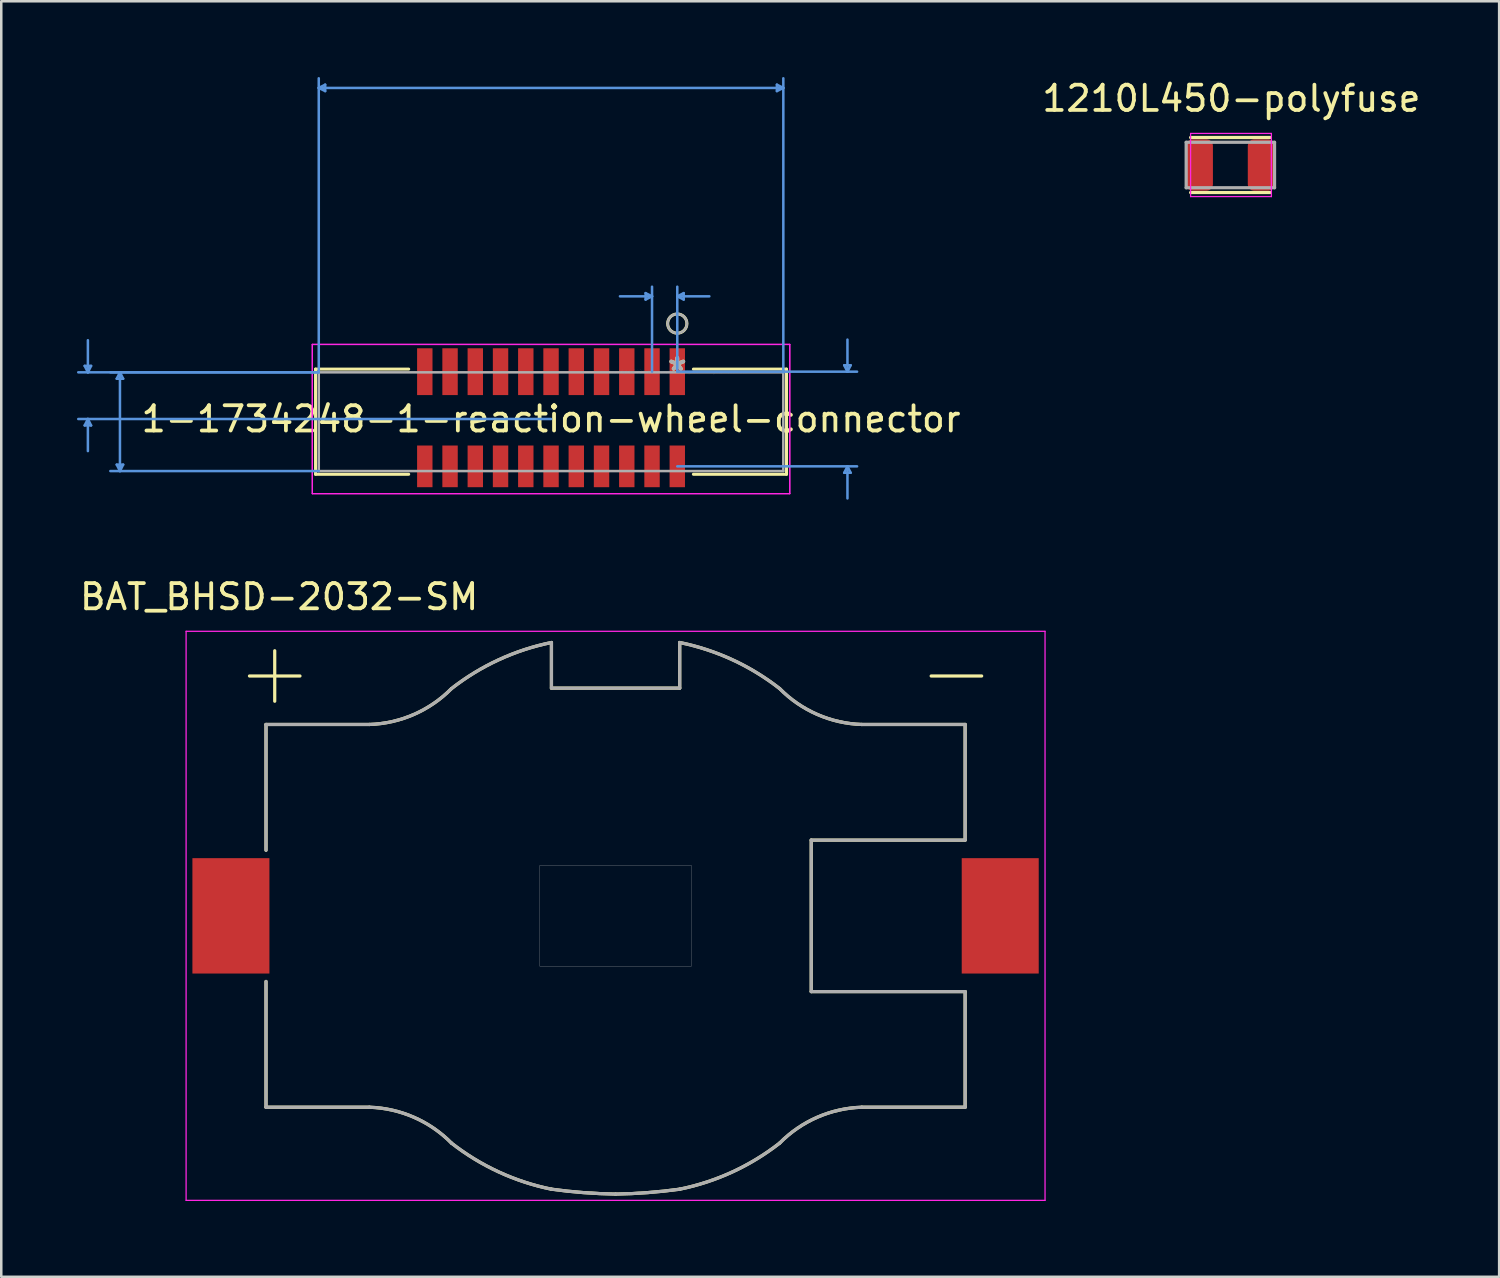
<source format=kicad_pcb>
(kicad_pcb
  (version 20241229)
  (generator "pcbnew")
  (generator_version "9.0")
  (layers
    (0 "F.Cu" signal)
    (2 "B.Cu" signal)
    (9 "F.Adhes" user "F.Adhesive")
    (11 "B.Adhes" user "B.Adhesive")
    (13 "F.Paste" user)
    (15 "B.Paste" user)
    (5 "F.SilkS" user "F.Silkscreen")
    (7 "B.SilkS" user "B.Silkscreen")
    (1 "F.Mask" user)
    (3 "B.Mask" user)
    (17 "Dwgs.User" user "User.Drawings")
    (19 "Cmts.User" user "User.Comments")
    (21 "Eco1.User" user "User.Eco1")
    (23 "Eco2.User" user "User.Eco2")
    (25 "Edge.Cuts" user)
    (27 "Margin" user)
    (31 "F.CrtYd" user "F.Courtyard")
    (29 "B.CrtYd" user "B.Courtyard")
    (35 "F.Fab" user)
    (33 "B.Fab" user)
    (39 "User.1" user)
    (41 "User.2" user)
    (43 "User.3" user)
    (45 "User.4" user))
  (footprint "1-1734248-1-reaction-wheel-connector"
    (layer "F.Cu")
    (at 23.775 11.671)
    (property "Reference" "1-1734248-1-reaction-wheel-connector" (at -5 1.875 0) (layer "F.SilkS") (effects (font (size 1 1) (thickness 0.15))))
    (attr through_hole)
    (fp_line (start -14.327 -0.102) (end -14.327 4.063) (stroke (width 0.12) (type solid)) (layer "F.SilkS"))
    (fp_line (start -14.327 4.063) (end -10.638 4.063) (stroke (width 0.12) (type solid)) (layer "F.SilkS"))
    (fp_line (start -10.638 -0.102) (end -14.327 -0.102) (stroke (width 0.12) (type solid)) (layer "F.SilkS"))
    (fp_line (start 0.638 4.063) (end 4.327 4.063) (stroke (width 0.12) (type solid)) (layer "F.SilkS"))
    (fp_line (start 4.327 -0.102) (end 0.638 -0.102) (stroke (width 0.12) (type solid)) (layer "F.SilkS"))
    (fp_line (start 4.327 4.063) (end 4.327 -0.102) (stroke (width 0.12) (type solid)) (layer "F.SilkS"))
    (fp_circle (center 0 -1.905) (end 0.381 -1.905) (stroke (width 0.12) (type solid)) (fill no) (layer "F.SilkS"))
    (fp_line (start -23.471 -0.229) (end -23.217 -0.229) (stroke (width 0.1) (type solid)) (layer "Cmts.User"))
    (fp_line (start -23.471 2.129) (end -23.217 2.129) (stroke (width 0.1) (type solid)) (layer "Cmts.User"))
    (fp_line (start -23.344 0.025) (end -23.471 -0.229) (stroke (width 0.1) (type solid)) (layer "Cmts.User"))
    (fp_line (start -23.344 0.025) (end -23.344 -1.245) (stroke (width 0.1) (type solid)) (layer "Cmts.User"))
    (fp_line (start -23.344 0.025) (end -23.217 -0.229) (stroke (width 0.1) (type solid)) (layer "Cmts.User"))
    (fp_line (start -23.344 1.875) (end -23.471 2.129) (stroke (width 0.1) (type solid)) (layer "Cmts.User"))
    (fp_line (start -23.344 1.875) (end -23.344 3.145) (stroke (width 0.1) (type solid)) (layer "Cmts.User"))
    (fp_line (start -23.344 1.875) (end -23.217 2.129) (stroke (width 0.1) (type solid)) (layer "Cmts.User"))
    (fp_line (start -22.201 0.279) (end -21.947 0.279) (stroke (width 0.1) (type solid)) (layer "Cmts.User"))
    (fp_line (start -22.201 3.682) (end -21.947 3.682) (stroke (width 0.1) (type solid)) (layer "Cmts.User"))
    (fp_line (start -22.074 0.025) (end -22.201 0.279) (stroke (width 0.1) (type solid)) (layer "Cmts.User"))
    (fp_line (start -22.074 0.025) (end -22.074 3.936) (stroke (width 0.1) (type solid)) (layer "Cmts.User"))
    (fp_line (start -22.074 0.025) (end -21.947 0.279) (stroke (width 0.1) (type solid)) (layer "Cmts.User"))
    (fp_line (start -22.074 3.936) (end -22.201 3.682) (stroke (width 0.1) (type solid)) (layer "Cmts.User"))
    (fp_line (start -22.074 3.936) (end -21.947 3.682) (stroke (width 0.1) (type solid)) (layer "Cmts.User"))
    (fp_line (start -14.2 -11.239) (end -13.946 -11.367) (stroke (width 0.1) (type solid)) (layer "Cmts.User"))
    (fp_line (start -14.2 -11.239) (end -13.946 -11.113) (stroke (width 0.1) (type solid)) (layer "Cmts.User"))
    (fp_line (start -14.2 -11.239) (end 4.2 -11.239) (stroke (width 0.1) (type solid)) (layer "Cmts.User"))
    (fp_line (start -14.2 0.025) (end -23.725 0.025) (stroke (width 0.1) (type solid)) (layer "Cmts.User"))
    (fp_line (start -14.2 0.025) (end -22.455 0.025) (stroke (width 0.1) (type solid)) (layer "Cmts.User"))
    (fp_line (start -14.2 0.025) (end -14.2 -11.62) (stroke (width 0.1) (type solid)) (layer "Cmts.User"))
    (fp_line (start -14.2 3.936) (end -22.455 3.936) (stroke (width 0.1) (type solid)) (layer "Cmts.User"))
    (fp_line (start -13.946 -11.367) (end -13.946 -11.113) (stroke (width 0.1) (type solid)) (layer "Cmts.User"))
    (fp_line (start -5 1.875) (end -23.725 1.875) (stroke (width 0.1) (type solid)) (layer "Cmts.User"))
    (fp_line (start -1.254 -3.111) (end -1.254 -2.857) (stroke (width 0.1) (type solid)) (layer "Cmts.User"))
    (fp_line (start -1 -2.985) (end -2.27 -2.985) (stroke (width 0.1) (type solid)) (layer "Cmts.User"))
    (fp_line (start -1 -2.985) (end -1.254 -3.111) (stroke (width 0.1) (type solid)) (layer "Cmts.User"))
    (fp_line (start -1 -2.985) (end -1.254 -2.857) (stroke (width 0.1) (type solid)) (layer "Cmts.User"))
    (fp_line (start -1 0) (end -1 -3.365) (stroke (width 0.1) (type solid)) (layer "Cmts.User"))
    (fp_line (start 0 -2.985) (end 0.254 -3.111) (stroke (width 0.1) (type solid)) (layer "Cmts.User"))
    (fp_line (start 0 -2.985) (end 0.254 -2.857) (stroke (width 0.1) (type solid)) (layer "Cmts.User"))
    (fp_line (start 0 -2.985) (end 1.27 -2.985) (stroke (width 0.1) (type solid)) (layer "Cmts.User"))
    (fp_line (start 0 0) (end 0 -3.365) (stroke (width 0.1) (type solid)) (layer "Cmts.User"))
    (fp_line (start 0 0) (end 7.121 0) (stroke (width 0.1) (type solid)) (layer "Cmts.User"))
    (fp_line (start 0 3.75) (end 7.121 3.75) (stroke (width 0.1) (type solid)) (layer "Cmts.User"))
    (fp_line (start 0.254 -3.111) (end 0.254 -2.857) (stroke (width 0.1) (type solid)) (layer "Cmts.User"))
    (fp_line (start 3.946 -11.367) (end 3.946 -11.113) (stroke (width 0.1) (type solid)) (layer "Cmts.User"))
    (fp_line (start 4.2 -11.239) (end 3.946 -11.367) (stroke (width 0.1) (type solid)) (layer "Cmts.User"))
    (fp_line (start 4.2 -11.239) (end 3.946 -11.113) (stroke (width 0.1) (type solid)) (layer "Cmts.User"))
    (fp_line (start 4.2 0.025) (end 4.2 -11.62) (stroke (width 0.1) (type solid)) (layer "Cmts.User"))
    (fp_line (start 6.613 -0.254) (end 6.867 -0.254) (stroke (width 0.1) (type solid)) (layer "Cmts.User"))
    (fp_line (start 6.613 4.004) (end 6.867 4.004) (stroke (width 0.1) (type solid)) (layer "Cmts.User"))
    (fp_line (start 6.74 0) (end 6.613 -0.254) (stroke (width 0.1) (type solid)) (layer "Cmts.User"))
    (fp_line (start 6.74 0) (end 6.74 -1.27) (stroke (width 0.1) (type solid)) (layer "Cmts.User"))
    (fp_line (start 6.74 0) (end 6.867 -0.254) (stroke (width 0.1) (type solid)) (layer "Cmts.User"))
    (fp_line (start 6.74 3.75) (end 6.613 4.004) (stroke (width 0.1) (type solid)) (layer "Cmts.User"))
    (fp_line (start 6.74 3.75) (end 6.74 5.02) (stroke (width 0.1) (type solid)) (layer "Cmts.User"))
    (fp_line (start 6.74 3.75) (end 6.867 4.004) (stroke (width 0.1) (type solid)) (layer "Cmts.User"))
    (fp_line (start -14.454 -1.079) (end -14.454 4.83) (stroke (width 0.05) (type solid)) (layer "F.CrtYd"))
    (fp_line (start -14.454 -1.079) (end -14.454 4.83) (stroke (width 0.05) (type solid)) (layer "F.CrtYd"))
    (fp_line (start -14.454 4.83) (end 4.454 4.83) (stroke (width 0.05) (type solid)) (layer "F.CrtYd"))
    (fp_line (start -14.454 4.83) (end 4.454 4.83) (stroke (width 0.05) (type solid)) (layer "F.CrtYd"))
    (fp_line (start 4.454 -1.079) (end -14.454 -1.079) (stroke (width 0.05) (type solid)) (layer "F.CrtYd"))
    (fp_line (start 4.454 -1.079) (end -14.454 -1.079) (stroke (width 0.05) (type solid)) (layer "F.CrtYd"))
    (fp_line (start 4.454 4.83) (end 4.454 -1.079) (stroke (width 0.05) (type solid)) (layer "F.CrtYd"))
    (fp_line (start 4.454 4.83) (end 4.454 -1.079) (stroke (width 0.05) (type solid)) (layer "F.CrtYd"))
    (fp_line (start -14.2 0.025) (end -14.2 3.936) (stroke (width 0.1) (type solid)) (layer "F.Fab"))
    (fp_line (start -14.2 3.936) (end 4.2 3.936) (stroke (width 0.1) (type solid)) (layer "F.Fab"))
    (fp_line (start 4.2 0.025) (end -14.2 0.025) (stroke (width 0.1) (type solid)) (layer "F.Fab"))
    (fp_line (start 4.2 3.936) (end 4.2 0.025) (stroke (width 0.1) (type solid)) (layer "F.Fab"))
    (fp_circle (center 0 -1.905) (end 0.381 -1.905) (stroke (width 0.1) (type solid)) (fill no) (layer "F.Fab"))
    (fp_text user "*" (at 0 0 0) (layer "F.SilkS") (effects (font (size 1 1) (thickness 0.15))))
    (fp_text user "Copyright 2021 Accelerated Designs. All rights reserved." (at 0 0 0) (layer "Cmts.User") (effects (font (size 0.127 0.127) (thickness 0.002))))
    (fp_text user "*" (at 0 0 0) (layer "F.Fab") (effects (font (size 1 1) (thickness 0.15))))
    (pad "1" smd rect (at 0 0) (size 0.61 1.854) (layers "F.Cu" "F.Mask" "F.Paste"))
    (pad "2" smd rect (at 0 3.75) (size 0.61 1.651) (layers "F.Cu" "F.Mask" "F.Paste"))
    (pad "3" smd rect (at -1 0) (size 0.61 1.854) (layers "F.Cu" "F.Mask" "F.Paste"))
    (pad "4" smd rect (at -1 3.75) (size 0.61 1.651) (layers "F.Cu" "F.Mask" "F.Paste"))
    (pad "5" smd rect (at -2 0) (size 0.61 1.854) (layers "F.Cu" "F.Mask" "F.Paste"))
    (pad "6" smd rect (at -2 3.75) (size 0.61 1.651) (layers "F.Cu" "F.Mask" "F.Paste"))
    (pad "7" smd rect (at -3 0) (size 0.61 1.854) (layers "F.Cu" "F.Mask" "F.Paste"))
    (pad "8" smd rect (at -3 3.75) (size 0.61 1.651) (layers "F.Cu" "F.Mask" "F.Paste"))
    (pad "9" smd rect (at -4 0) (size 0.61 1.854) (layers "F.Cu" "F.Mask" "F.Paste"))
    (pad "10" smd rect (at -4 3.75) (size 0.61 1.651) (layers "F.Cu" "F.Mask" "F.Paste"))
    (pad "11" smd rect (at -5 0) (size 0.61 1.854) (layers "F.Cu" "F.Mask" "F.Paste"))
    (pad "12" smd rect (at -5 3.75) (size 0.61 1.651) (layers "F.Cu" "F.Mask" "F.Paste"))
    (pad "13" smd rect (at -6 0) (size 0.61 1.854) (layers "F.Cu" "F.Mask" "F.Paste"))
    (pad "14" smd rect (at -6 3.75) (size 0.61 1.651) (layers "F.Cu" "F.Mask" "F.Paste"))
    (pad "15" smd rect (at -7 0) (size 0.61 1.854) (layers "F.Cu" "F.Mask" "F.Paste"))
    (pad "16" smd rect (at -7 3.75) (size 0.61 1.651) (layers "F.Cu" "F.Mask" "F.Paste"))
    (pad "17" smd rect (at -8 0) (size 0.61 1.854) (layers "F.Cu" "F.Mask" "F.Paste"))
    (pad "18" smd rect (at -8 3.75) (size 0.61 1.651) (layers "F.Cu" "F.Mask" "F.Paste"))
    (pad "19" smd rect (at -9 0) (size 0.61 1.854) (layers "F.Cu" "F.Mask" "F.Paste"))
    (pad "20" smd rect (at -9 3.75) (size 0.61 1.651) (layers "F.Cu" "F.Mask" "F.Paste"))
    (pad "21" smd rect (at -10 0) (size 0.61 1.854) (layers "F.Cu" "F.Mask" "F.Paste"))
    (pad "22" smd rect (at -10 3.75) (size 0.61 1.651) (layers "F.Cu" "F.Mask" "F.Paste")))
  (footprint "1210L450-polyfuse"
    (layer "F.Cu")
    (at 45.681 3.486)
    (property "Reference" "1210L450-polyfuse" (at 0.04 -2.637 0) (layer "F.SilkS") (effects (font (size 1.001 1.001) (thickness 0.15))))
    (attr smd)
    (fp_line (start -1.575 -1.09) (end 1.575 -1.09) (stroke (width 0.127) (type solid)) (layer "F.SilkS"))
    (fp_line (start -1.575 1.09) (end 1.575 1.09) (stroke (width 0.127) (type solid)) (layer "F.SilkS"))
    (fp_line (start -1.575 -1.25) (end 1.625 -1.25) (stroke (width 0.05) (type solid)) (layer "F.CrtYd"))
    (fp_line (start -1.575 1.25) (end -1.575 -1.25) (stroke (width 0.05) (type solid)) (layer "F.CrtYd"))
    (fp_line (start 1.625 -1.25) (end 1.625 1.25) (stroke (width 0.05) (type solid)) (layer "F.CrtYd"))
    (fp_line (start 1.625 1.25) (end -1.575 1.25) (stroke (width 0.05) (type solid)) (layer "F.CrtYd"))
    (fp_line (start -1.75 -0.9) (end 1.75 -0.9) (stroke (width 0.127) (type solid)) (layer "F.Fab"))
    (fp_line (start -1.75 0.9) (end -1.75 -0.9) (stroke (width 0.127) (type solid)) (layer "F.Fab"))
    (fp_line (start 1.75 -0.9) (end 1.75 0.9) (stroke (width 0.127) (type solid)) (layer "F.Fab"))
    (fp_line (start 1.75 0.9) (end -1.75 0.9) (stroke (width 0.127) (type solid)) (layer "F.Fab"))
    (pad "1" smd roundrect (at -1.219 0) (size 1.057 2.032) (layers "F.Cu" "F.Mask" "F.Paste") (roundrect_rratio 0.23))
    (pad "2" smd roundrect (at 1.219 0) (size 1.057 2.032) (layers "F.Cu" "F.Mask" "F.Paste") (roundrect_rratio 0.23)))
  (footprint "BAT_BHSD-2032-SM"
    (layer "F.Cu")
    (at 21.331 33.224)
    (property "Reference" "BAT_BHSD-2032-SM" (at -13.325 -12.635 0) (layer "F.SilkS") (effects (font (size 1 1) (thickness 0.15))))
    (attr through_hole)
    (fp_line (start -13.845 -7.58) (end -13.845 -2.599) (stroke (width 0.127) (type solid)) (layer "F.SilkS"))
    (fp_line (start -13.845 7.58) (end -13.845 2.599) (stroke (width 0.127) (type solid)) (layer "F.SilkS"))
    (fp_line (start -13.5 -9.5) (end -14.5 -9.5) (stroke (width 0.127) (type solid)) (layer "F.SilkS"))
    (fp_line (start -13.5 -9.5) (end -13.5 -10.5) (stroke (width 0.127) (type solid)) (layer "F.SilkS"))
    (fp_line (start -13.5 -9.5) (end -13.5 -8.5) (stroke (width 0.127) (type solid)) (layer "F.SilkS"))
    (fp_line (start -12.5 -9.5) (end -13.5 -9.5) (stroke (width 0.127) (type solid)) (layer "F.SilkS"))
    (fp_line (start -9.75 -7.58) (end -13.845 -7.58) (stroke (width 0.127) (type solid)) (layer "F.SilkS"))
    (fp_line (start -9.75 7.58) (end -13.845 7.58) (stroke (width 0.127) (type solid)) (layer "F.SilkS"))
    (fp_line (start -2.54 -9.02) (end -2.54 -10.826) (stroke (width 0.127) (type solid)) (layer "F.SilkS"))
    (fp_line (start -2.54 -9.02) (end 2.54 -9.02) (stroke (width 0.127) (type solid)) (layer "F.SilkS"))
    (fp_line (start 2.54 -9.02) (end 2.54 -10.826) (stroke (width 0.127) (type solid)) (layer "F.SilkS"))
    (fp_line (start 7.75 -3) (end 7.75 3) (stroke (width 0.127) (type solid)) (layer "F.SilkS"))
    (fp_line (start 7.75 3) (end 13.845 3) (stroke (width 0.127) (type solid)) (layer "F.SilkS"))
    (fp_line (start 9.75 -7.58) (end 13.845 -7.58) (stroke (width 0.127) (type solid)) (layer "F.SilkS"))
    (fp_line (start 9.75 7.58) (end 13.845 7.58) (stroke (width 0.127) (type solid)) (layer "F.SilkS"))
    (fp_line (start 13.845 -7.58) (end 13.845 -3) (stroke (width 0.127) (type solid)) (layer "F.SilkS"))
    (fp_line (start 13.845 -3) (end 7.75 -3) (stroke (width 0.127) (type solid)) (layer "F.SilkS"))
    (fp_line (start 13.845 7.58) (end 13.845 3) (stroke (width 0.127) (type solid)) (layer "F.SilkS"))
    (fp_line (start 14.5 -9.5) (end 12.5 -9.5) (stroke (width 0.127) (type solid)) (layer "F.SilkS"))
    (fp_arc (start -9.75 7.58) (mid -7.988267 7.977054) (end -6.5 9) (stroke (width 0.127) (type solid)) (layer "F.SilkS"))
    (fp_arc (start -6.5 -9) (mid -7.988267 -7.977054) (end -9.75 -7.58) (stroke (width 0.127) (type solid)) (layer "F.SilkS"))
    (fp_arc (start -6.5 -9) (mid -4.626324 -10.143582) (end -2.54 -10.826) (stroke (width 0.127) (type solid)) (layer "F.SilkS"))
    (fp_arc (start -2.54 10.826) (mid -4.626324 10.143582) (end -6.5 9) (stroke (width 0.127) (type solid)) (layer "F.SilkS"))
    (fp_arc (start 0 11.02) (mid -1.27297 10.961886) (end -2.54 10.826) (stroke (width 0.127) (type solid)) (layer "F.SilkS"))
    (fp_arc (start 2.54 -10.826) (mid 4.626324 -10.143582) (end 6.5 -9) (stroke (width 0.127) (type solid)) (layer "F.SilkS"))
    (fp_arc (start 2.54 10.826) (mid 1.27297 10.961886) (end 0 11.02) (stroke (width 0.127) (type solid)) (layer "F.SilkS"))
    (fp_arc (start 6.5 9) (mid 4.626324 10.143582) (end 2.54 10.826) (stroke (width 0.127) (type solid)) (layer "F.SilkS"))
    (fp_arc (start 6.5 9) (mid 7.988267 7.977054) (end 9.75 7.58) (stroke (width 0.127) (type solid)) (layer "F.SilkS"))
    (fp_arc (start 9.75 -7.58) (mid 7.988267 -7.977054) (end 6.5 -9) (stroke (width 0.127) (type solid)) (layer "F.SilkS"))
    (fp_line (start -17.01 -11.27) (end 17.01 -11.27) (stroke (width 0.05) (type solid)) (layer "F.CrtYd"))
    (fp_line (start -17.01 11.27) (end -17.01 -11.27) (stroke (width 0.05) (type solid)) (layer "F.CrtYd"))
    (fp_line (start 17.01 -11.27) (end 17.01 11.27) (stroke (width 0.05) (type solid)) (layer "F.CrtYd"))
    (fp_line (start 17.01 11.27) (end -17.01 11.27) (stroke (width 0.05) (type solid)) (layer "F.CrtYd"))
    (fp_line (start -13.845 -7.58) (end -13.845 -2.599) (stroke (width 0.127) (type solid)) (layer "F.Fab"))
    (fp_line (start -13.845 7.58) (end -13.845 2.599) (stroke (width 0.127) (type solid)) (layer "F.Fab"))
    (fp_line (start -9.75 -7.58) (end -13.845 -7.58) (stroke (width 0.127) (type solid)) (layer "F.Fab"))
    (fp_line (start -9.75 7.58) (end -13.845 7.58) (stroke (width 0.127) (type solid)) (layer "F.Fab"))
    (fp_line (start -2.54 -9.02) (end -2.54 -10.826) (stroke (width 0.127) (type solid)) (layer "F.Fab"))
    (fp_line (start -2.54 -9.02) (end 2.54 -9.02) (stroke (width 0.127) (type solid)) (layer "F.Fab"))
    (fp_line (start 2.54 -9.02) (end 2.54 -10.826) (stroke (width 0.127) (type solid)) (layer "F.Fab"))
    (fp_line (start 7.75 -3) (end 7.75 3) (stroke (width 0.127) (type solid)) (layer "F.Fab"))
    (fp_line (start 7.75 3) (end 13.845 3) (stroke (width 0.127) (type solid)) (layer "F.Fab"))
    (fp_line (start 9.75 -7.58) (end 13.845 -7.58) (stroke (width 0.127) (type solid)) (layer "F.Fab"))
    (fp_line (start 9.75 7.58) (end 13.845 7.58) (stroke (width 0.127) (type solid)) (layer "F.Fab"))
    (fp_line (start 13.845 -7.58) (end 13.845 -3) (stroke (width 0.127) (type solid)) (layer "F.Fab"))
    (fp_line (start 13.845 -3) (end 7.75 -3) (stroke (width 0.127) (type solid)) (layer "F.Fab"))
    (fp_line (start 13.845 7.58) (end 13.845 3) (stroke (width 0.127) (type solid)) (layer "F.Fab"))
    (fp_arc (start -9.75 7.58) (mid -7.988267 7.977054) (end -6.5 9) (stroke (width 0.127) (type solid)) (layer "F.Fab"))
    (fp_arc (start -6.5 -9) (mid -7.988267 -7.977054) (end -9.75 -7.58) (stroke (width 0.127) (type solid)) (layer "F.Fab"))
    (fp_arc (start -6.5 -9) (mid -4.626324 -10.143582) (end -2.54 -10.826) (stroke (width 0.127) (type solid)) (layer "F.Fab"))
    (fp_arc (start -2.54 10.826) (mid -4.626324 10.143582) (end -6.5 9) (stroke (width 0.127) (type solid)) (layer "F.Fab"))
    (fp_arc (start 0 11.02) (mid -1.27297 10.961886) (end -2.54 10.826) (stroke (width 0.127) (type solid)) (layer "F.Fab"))
    (fp_arc (start 2.54 -10.826) (mid 4.626324 -10.143582) (end 6.5 -9) (stroke (width 0.127) (type solid)) (layer "F.Fab"))
    (fp_arc (start 2.54 10.826) (mid 1.27297 10.961886) (end 0 11.02) (stroke (width 0.127) (type solid)) (layer "F.Fab"))
    (fp_arc (start 6.5 9) (mid 4.626324 10.143582) (end 2.54 10.826) (stroke (width 0.127) (type solid)) (layer "F.Fab"))
    (fp_arc (start 6.5 9) (mid 7.988267 7.977054) (end 9.75 7.58) (stroke (width 0.127) (type solid)) (layer "F.Fab"))
    (fp_arc (start 9.75 -7.58) (mid 7.988267 -7.977054) (end 6.5 -9) (stroke (width 0.127) (type solid)) (layer "F.Fab"))
    (fp_poly (pts (xy -3 -2) (xy 3 -2) (xy 3 2) (xy -3 2)) (stroke (width 0.01) (type solid)) (fill no) (layer "F.Fab"))
    (pad "+" smd rect (at -15.235 0) (size 3.05 4.57) (layers "F.Cu" "F.Mask" "F.Paste"))
    (pad "-" smd rect (at 15.235 0) (size 3.05 4.57) (layers "F.Cu" "F.Mask" "F.Paste")))
  (gr_rect
    (start -3 -3)
    (end 56.327 47.519)
    (stroke (width 0.1) (type default))
    (fill no)
    (layer "Edge.Cuts")))
</source>
